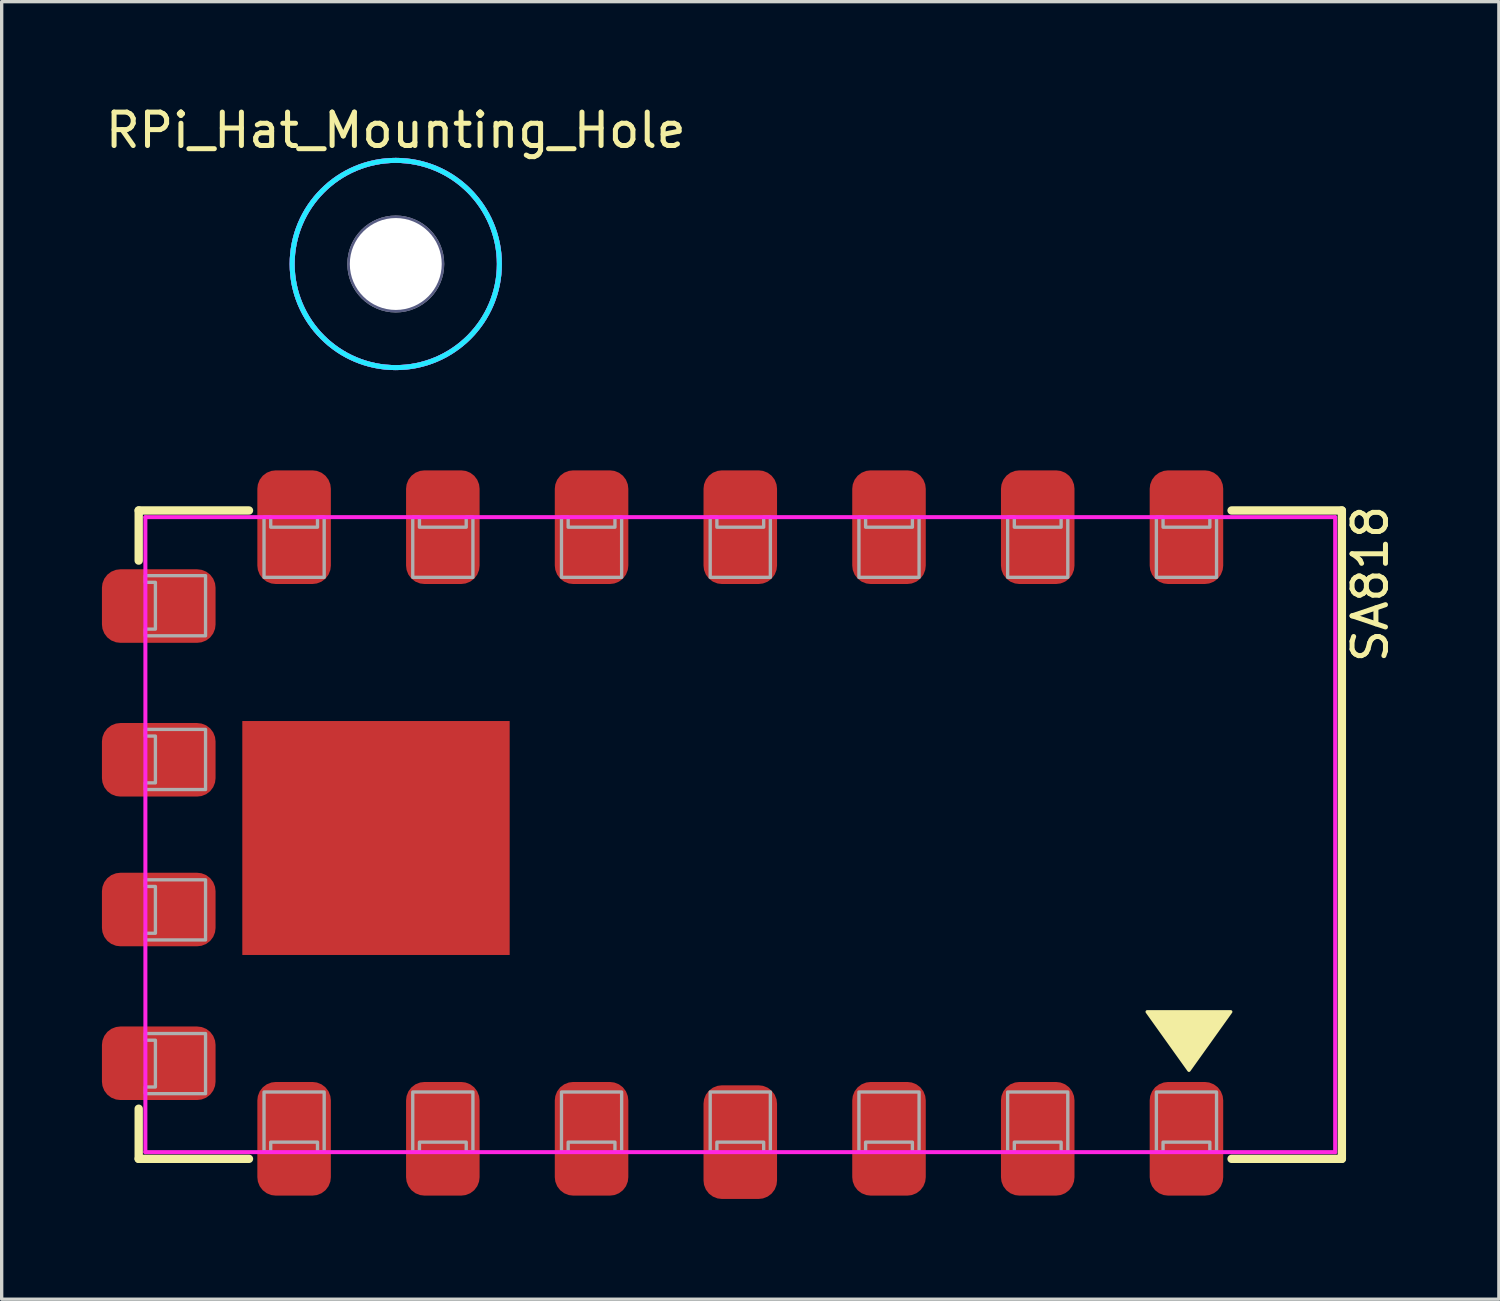
<source format=kicad_pcb>
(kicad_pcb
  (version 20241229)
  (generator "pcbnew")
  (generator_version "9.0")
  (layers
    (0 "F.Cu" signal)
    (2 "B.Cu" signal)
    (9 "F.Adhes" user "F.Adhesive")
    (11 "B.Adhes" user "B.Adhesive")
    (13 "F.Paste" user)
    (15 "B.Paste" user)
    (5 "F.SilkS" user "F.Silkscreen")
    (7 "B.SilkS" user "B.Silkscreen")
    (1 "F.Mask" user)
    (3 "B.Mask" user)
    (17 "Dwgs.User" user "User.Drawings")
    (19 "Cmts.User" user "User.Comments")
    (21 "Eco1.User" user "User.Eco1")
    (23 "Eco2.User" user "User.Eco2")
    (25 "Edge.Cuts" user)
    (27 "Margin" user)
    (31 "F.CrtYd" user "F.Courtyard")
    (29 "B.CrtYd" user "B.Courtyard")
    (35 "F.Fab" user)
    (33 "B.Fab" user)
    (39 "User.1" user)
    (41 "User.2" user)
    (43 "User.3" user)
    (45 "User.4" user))
  (footprint "RPi_Hat_Mounting_Hole"
    (layer "F.Cu")
    (at 8.792 4.849)
    (property "Reference" "RPi_Hat_Mounting_Hole" (at 0 -4 0) (layer "F.SilkS") (effects (font (size 1 1) (thickness 0.15))))
    (attr through_hole board_only)
    (fp_circle (center 0 0) (end 3.1 0) (stroke (width 0.15) (type solid)) (fill no) (layer "B.CrtYd"))
    (fp_circle (center 0 0) (end 3.1 0) (stroke (width 0.15) (type solid)) (fill no) (layer "F.CrtYd"))
    (fp_circle (center 0 0) (end 1.375 0) (stroke (width 0.15) (type solid)) (fill no) (layer "B.Fab"))
    (fp_circle (center 0 0) (end 3.1 0) (stroke (width 0.15) (type solid)) (fill no) (layer "B.Fab"))
    (fp_circle (center 0 0) (end 1.375 0) (stroke (width 0.15) (type solid)) (fill no) (layer "F.Fab"))
    (fp_circle (center 0 0) (end 3.1 0) (stroke (width 0.15) (type solid)) (fill no) (layer "F.Fab"))
    (pad "" np_thru_hole circle (at 0 0) (size 2.75 2.75) (drill 2.75) (layers "*.Cu" "*.Mask"))
    (pad "1" thru_hole circle (at 0 0) (size 1.524 1.524) (drill 0.762) (layers "*.Cu" "*.Mask")))
  (footprint "SA818"
    (layer "F.Cu")
    (at 19.1 21.924)
    (property "Reference" "SA818" (at 18.85 -7.5 90) (layer "F.SilkS") (effects (font (size 1 1) (thickness 0.15))))
    (attr smd)
    (fp_line (start -18 -9.7) (end -14.7 -9.7) (stroke (width 0.25) (type solid)) (layer "F.SilkS"))
    (fp_line (start -18 -8.2) (end -18 -9.7) (stroke (width 0.25) (type solid)) (layer "F.SilkS"))
    (fp_line (start -18 9.7) (end -18 8.2) (stroke (width 0.25) (type solid)) (layer "F.SilkS"))
    (fp_line (start -18 9.7) (end -14.7 9.7) (stroke (width 0.25) (type solid)) (layer "F.SilkS"))
    (fp_line (start 14.7 -9.7) (end 18 -9.7) (stroke (width 0.25) (type solid)) (layer "F.SilkS"))
    (fp_line (start 14.7 9.7) (end 18 9.7) (stroke (width 0.25) (type solid)) (layer "F.SilkS"))
    (fp_line (start 18 9.7) (end 18 -9.7) (stroke (width 0.25) (type solid)) (layer "F.SilkS"))
    (fp_poly (pts (xy 12.175 5.3) (xy 14.675 5.3) (xy 13.425 7.05)) (stroke (width 0.1) (type solid)) (fill yes) (layer "F.SilkS"))
    (fp_poly (pts (xy -11.5 -0.25) (xy -14 -0.25) (xy -14 -2.75) (xy -11.5 -2.75)) (stroke (width 0.1) (type solid)) (fill yes) (layer "F.Paste"))
    (fp_poly (pts (xy -11.5 3) (xy -14 3) (xy -14 0.5) (xy -11.5 0.5)) (stroke (width 0.1) (type solid)) (fill yes) (layer "F.Paste"))
    (fp_poly (pts (xy -7.75 -0.25) (xy -10.25 -0.25) (xy -10.25 -2.75) (xy -7.75 -2.75)) (stroke (width 0.1) (type solid)) (fill yes) (layer "F.Paste"))
    (fp_poly (pts (xy -7.75 3) (xy -10.25 3) (xy -10.25 0.5) (xy -7.75 0.5)) (stroke (width 0.1) (type solid)) (fill yes) (layer "F.Paste"))
    (fp_line (start -17.8 -9.5) (end 17.8 -9.5) (stroke (width 0.12) (type solid)) (layer "F.CrtYd"))
    (fp_line (start -17.8 9.5) (end -17.8 -9.5) (stroke (width 0.12) (type solid)) (layer "F.CrtYd"))
    (fp_line (start 17.8 -9.5) (end 17.8 9.5) (stroke (width 0.12) (type solid)) (layer "F.CrtYd"))
    (fp_line (start 17.8 9.5) (end -17.8 9.5) (stroke (width 0.12) (type solid)) (layer "F.CrtYd"))
    (fp_poly (pts (xy -17.8 -5.95) (xy -17.8 -6.15) (xy -17.5 -6.15) (xy -17.5 -7.55) (xy -17.8 -7.55) (xy -17.8 -7.75) (xy -16 -7.75) (xy -16 -5.95)) (stroke (width 0.1) (type solid)) (fill no) (layer "F.Fab"))
    (fp_poly (pts (xy -17.8 -1.35) (xy -17.8 -1.55) (xy -17.5 -1.55) (xy -17.5 -2.95) (xy -17.8 -2.95) (xy -17.8 -3.15) (xy -16 -3.15) (xy -16 -1.35)) (stroke (width 0.1) (type solid)) (fill no) (layer "F.Fab"))
    (fp_poly (pts (xy -17.8 3.15) (xy -17.8 2.95) (xy -17.5 2.95) (xy -17.5 1.55) (xy -17.8 1.55) (xy -17.8 1.35) (xy -16 1.35) (xy -16 3.15)) (stroke (width 0.1) (type solid)) (fill no) (layer "F.Fab"))
    (fp_poly (pts (xy -17.8 7.75) (xy -17.8 7.55) (xy -17.5 7.55) (xy -17.5 6.15) (xy -17.8 6.15) (xy -17.8 5.95) (xy -16 5.95) (xy -16 7.75)) (stroke (width 0.1) (type solid)) (fill no) (layer "F.Fab"))
    (fp_poly (pts (xy -14.25 -9.5) (xy -14.05 -9.5) (xy -14.05 -9.2) (xy -12.65 -9.2) (xy -12.65 -9.5) (xy -12.45 -9.5) (xy -12.45 -7.7) (xy -14.25 -7.7)) (stroke (width 0.1) (type solid)) (fill no) (layer "F.Fab"))
    (fp_poly (pts (xy -12.45 9.5) (xy -12.65 9.5) (xy -12.65 9.2) (xy -14.05 9.2) (xy -14.05 9.5) (xy -14.25 9.5) (xy -14.25 7.7) (xy -12.45 7.7)) (stroke (width 0.1) (type solid)) (fill no) (layer "F.Fab"))
    (fp_poly (pts (xy -9.8 -9.5) (xy -9.6 -9.5) (xy -9.6 -9.2) (xy -8.2 -9.2) (xy -8.2 -9.5) (xy -8 -9.5) (xy -8 -7.7) (xy -9.8 -7.7)) (stroke (width 0.1) (type solid)) (fill no) (layer "F.Fab"))
    (fp_poly (pts (xy -8 9.5) (xy -8.2 9.5) (xy -8.2 9.2) (xy -9.6 9.2) (xy -9.6 9.5) (xy -9.8 9.5) (xy -9.8 7.7) (xy -8 7.7)) (stroke (width 0.1) (type solid)) (fill no) (layer "F.Fab"))
    (fp_poly (pts (xy -5.35 -9.5) (xy -5.15 -9.5) (xy -5.15 -9.2) (xy -3.75 -9.2) (xy -3.75 -9.5) (xy -3.55 -9.5) (xy -3.55 -7.7) (xy -5.35 -7.7)) (stroke (width 0.1) (type solid)) (fill no) (layer "F.Fab"))
    (fp_poly (pts (xy -3.55 9.5) (xy -3.75 9.5) (xy -3.75 9.2) (xy -5.15 9.2) (xy -5.15 9.5) (xy -5.35 9.5) (xy -5.35 7.7) (xy -3.55 7.7)) (stroke (width 0.1) (type solid)) (fill no) (layer "F.Fab"))
    (fp_poly (pts (xy -0.9 -9.5) (xy -0.7 -9.5) (xy -0.7 -9.2) (xy 0.7 -9.2) (xy 0.7 -9.5) (xy 0.9 -9.5) (xy 0.9 -7.7) (xy -0.9 -7.7)) (stroke (width 0.1) (type solid)) (fill no) (layer "F.Fab"))
    (fp_poly (pts (xy 0.9 9.5) (xy 0.7 9.5) (xy 0.7 9.2) (xy -0.7 9.2) (xy -0.7 9.5) (xy -0.9 9.5) (xy -0.9 7.7) (xy 0.9 7.7)) (stroke (width 0.1) (type solid)) (fill no) (layer "F.Fab"))
    (fp_poly (pts (xy 3.55 -9.5) (xy 3.75 -9.5) (xy 3.75 -9.2) (xy 5.15 -9.2) (xy 5.15 -9.5) (xy 5.35 -9.5) (xy 5.35 -7.7) (xy 3.55 -7.7)) (stroke (width 0.1) (type solid)) (fill no) (layer "F.Fab"))
    (fp_poly (pts (xy 5.35 9.5) (xy 5.15 9.5) (xy 5.15 9.2) (xy 3.75 9.2) (xy 3.75 9.5) (xy 3.55 9.5) (xy 3.55 7.7) (xy 5.35 7.7)) (stroke (width 0.1) (type solid)) (fill no) (layer "F.Fab"))
    (fp_poly (pts (xy 8 -9.5) (xy 8.2 -9.5) (xy 8.2 -9.2) (xy 9.6 -9.2) (xy 9.6 -9.5) (xy 9.8 -9.5) (xy 9.8 -7.7) (xy 8 -7.7)) (stroke (width 0.1) (type solid)) (fill no) (layer "F.Fab"))
    (fp_poly (pts (xy 9.8 9.5) (xy 9.6 9.5) (xy 9.6 9.2) (xy 8.2 9.2) (xy 8.2 9.5) (xy 8 9.5) (xy 8 7.7) (xy 9.8 7.7)) (stroke (width 0.1) (type solid)) (fill no) (layer "F.Fab"))
    (fp_poly (pts (xy 12.45 -9.5) (xy 12.65 -9.5) (xy 12.65 -9.2) (xy 14.05 -9.2) (xy 14.05 -9.5) (xy 14.25 -9.5) (xy 14.25 -7.7) (xy 12.45 -7.7)) (stroke (width 0.1) (type solid)) (fill no) (layer "F.Fab"))
    (fp_poly (pts (xy 14.25 9.5) (xy 14.05 9.5) (xy 14.05 9.2) (xy 12.65 9.2) (xy 12.65 9.5) (xy 12.45 9.5) (xy 12.45 7.7) (xy 14.25 7.7)) (stroke (width 0.1) (type solid)) (fill no) (layer "F.Fab"))
    (pad "1" smd roundrect (at 13.35 9.1) (size 2.2 3.4) (layers "F.Cu" "F.Mask" "F.Paste") (roundrect_rratio 0.25))
    (pad "2" smd roundrect (at 8.9 9.1) (size 2.2 3.4) (layers "F.Cu" "F.Mask" "F.Paste") (roundrect_rratio 0.25))
    (pad "3" smd roundrect (at 4.45 9.1) (size 2.2 3.4) (layers "F.Cu" "F.Mask" "F.Paste") (roundrect_rratio 0.25))
    (pad "4" smd roundrect (at 0 9.2) (size 2.2 3.4) (layers "F.Cu" "F.Mask" "F.Paste") (roundrect_rratio 0.25))
    (pad "5" smd roundrect (at -4.45 9.1) (size 2.2 3.4) (layers "F.Cu" "F.Mask" "F.Paste") (roundrect_rratio 0.25))
    (pad "6" smd roundrect (at -8.9 9.1) (size 2.2 3.4) (layers "F.Cu" "F.Mask" "F.Paste") (roundrect_rratio 0.25))
    (pad "7" smd roundrect (at -13.35 9.1) (size 2.2 3.4) (layers "F.Cu" "F.Mask" "F.Paste") (roundrect_rratio 0.25))
    (pad "8" smd roundrect (at -17.4 6.84 90) (size 2.2 3.4) (layers "F.Cu" "F.Mask" "F.Paste") (roundrect_rratio 0.25))
    (pad "9" smd roundrect (at -17.4 2.24 90) (size 2.2 3.4) (layers "F.Cu" "F.Mask" "F.Paste") (roundrect_rratio 0.25))
    (pad "10" smd roundrect (at -17.4 -2.24 90) (size 2.2 3.4) (layers "F.Cu" "F.Mask" "F.Paste") (roundrect_rratio 0.25))
    (pad "11" smd roundrect (at -17.4 -6.84 90) (size 2.2 3.4) (layers "F.Cu" "F.Mask" "F.Paste") (roundrect_rratio 0.25))
    (pad "12" smd roundrect (at -13.35 -9.2) (size 2.2 3.4) (layers "F.Cu" "F.Mask" "F.Paste") (roundrect_rratio 0.25))
    (pad "13" smd roundrect (at -8.9 -9.2) (size 2.2 3.4) (layers "F.Cu" "F.Mask" "F.Paste") (roundrect_rratio 0.25))
    (pad "14" smd roundrect (at -4.45 -9.2) (size 2.2 3.4) (layers "F.Cu" "F.Mask" "F.Paste") (roundrect_rratio 0.25))
    (pad "15" smd roundrect (at 0 -9.2) (size 2.2 3.4) (layers "F.Cu" "F.Mask" "F.Paste") (roundrect_rratio 0.25))
    (pad "16" smd roundrect (at 4.45 -9.2) (size 2.2 3.4) (layers "F.Cu" "F.Mask" "F.Paste") (roundrect_rratio 0.25))
    (pad "17" smd roundrect (at 8.9 -9.2) (size 2.2 3.4) (layers "F.Cu" "F.Mask" "F.Paste") (roundrect_rratio 0.25))
    (pad "18" smd roundrect (at 13.35 -9.2) (size 2.2 3.4) (layers "F.Cu" "F.Mask" "F.Paste") (roundrect_rratio 0.25))
    (pad "19" smd rect (at -10.9 0.1 90) (size 7 8) (layers "F.Cu" "F.Mask")))
  (gr_rect
    (start -3 -3)
    (end 41.798 35.824)
    (stroke (width 0.1) (type default))
    (fill no)
    (layer "Edge.Cuts")))
</source>
